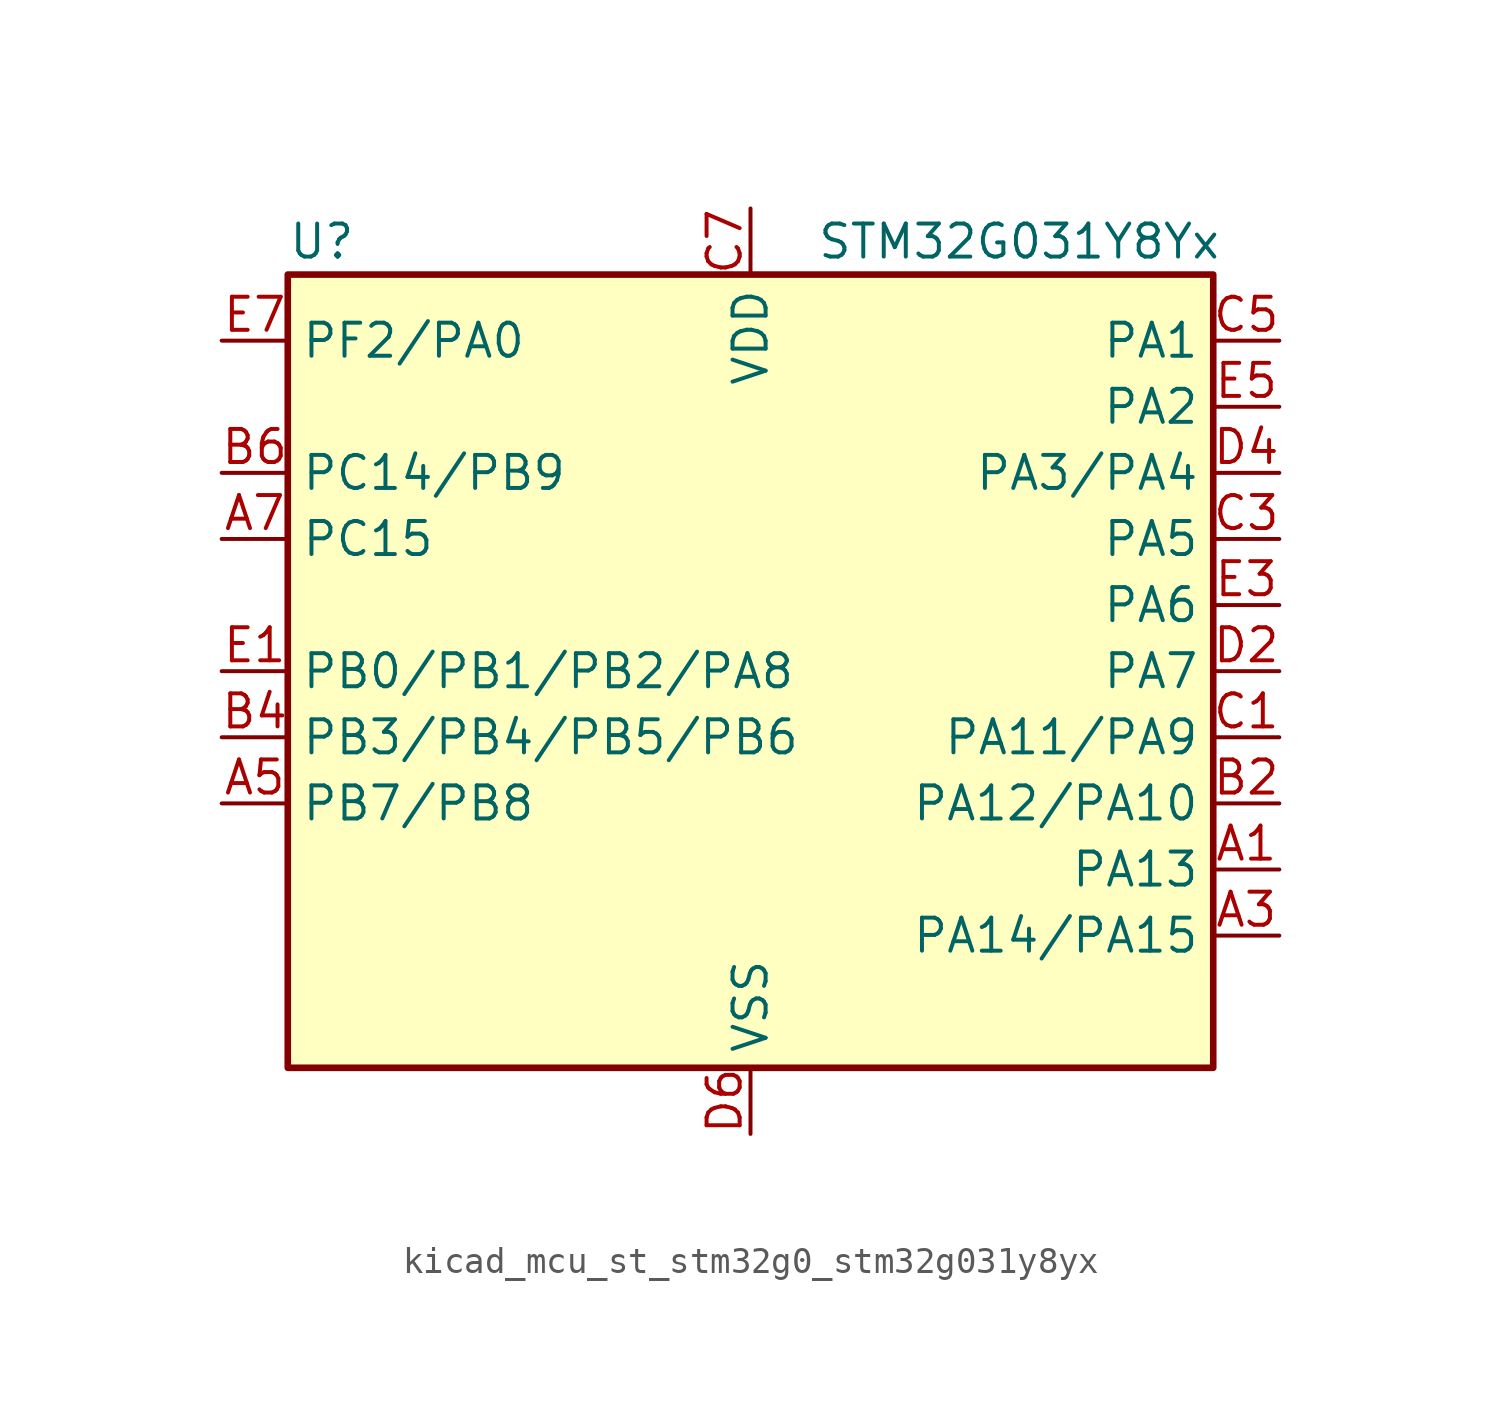
<source format=kicad_sym>
(kicad_symbol_lib
  (version 20220914)
  (generator kicad_symbol_editor)
  (symbol "kicad_mcu_st_stm32g0_stm32g031y8yx"
    (property "Reference" "U"
      (at -17.78 16.51 0)
      (effects (font (size 1.27 1.27)) (justify left)))
    (property "Value" "STM32G031Y8Yx"
      (at 2.54 16.51 0)
      (effects (font (size 1.27 1.27)) (justify left)))
    (property "ki_locked" ""
      (at 0 0 0)
      (effects (font (size 1.27 1.27))))
    (symbol "kicad_mcu_st_stm32g0_stm32g031y8yx_0_1"
      (rectangle (start -17.78 -15.24) (end 17.78 15.24) (stroke (width 0.254) (type default)) (fill (type background))))
    (symbol "kicad_mcu_st_stm32g0_stm32g031y8yx_1_1"
      (pin bidirectional line (at 20.32 -7.62 180) (length 2.54) (name "PA13" (effects (font (size 1.27 1.27)))) (number "A1" (effects (font (size 1.27 1.27)))) (alternate "ADC1_IN17" bidirectional line) (alternate "IR_OUT" bidirectional line) (alternate "SYS_SWDIO" bidirectional line))
      (pin bidirectional line (at 20.32 -10.16 180) (length 2.54) (name "PA14/PA15" (effects (font (size 1.27 1.27)))) (number "A3" (effects (font (size 1.27 1.27)))) (alternate "ADC1_IN18" bidirectional line) (alternate "SYS_SWCLK" bidirectional line) (alternate "USART2_TX" bidirectional line))
      (pin bidirectional line (at -20.32 -5.08 0) (length 2.54) (name "PB7/PB8" (effects (font (size 1.27 1.27)))) (number "A5" (effects (font (size 1.27 1.27)))) (alternate "ADC1_IN11" bidirectional line) (alternate "I2C1_SDA" bidirectional line) (alternate "LPTIM1_IN2" bidirectional line) (alternate "SPI2_MOSI" bidirectional line) (alternate "SYS_PVD_IN" bidirectional line) (alternate "TIM17_CH1N" bidirectional line) (alternate "USART1_RX" bidirectional line))
      (pin bidirectional line (at -20.32 5.08 0) (length 2.54) (name "PC15" (effects (font (size 1.27 1.27)))) (number "A7" (effects (font (size 1.27 1.27)))) (alternate "RCC_OSC32_EN" bidirectional line) (alternate "RCC_OSC32_OUT" bidirectional line) (alternate "RCC_OSC_EN" bidirectional line))
      (pin bidirectional line (at 20.32 -5.08 180) (length 2.54) (name "PA12/PA10" (effects (font (size 1.27 1.27)))) (number "B2" (effects (font (size 1.27 1.27)))) (alternate "ADC1_IN16" bidirectional line) (alternate "I2C2_SDA" bidirectional line) (alternate "I2S1_SD" bidirectional line) (alternate "I2S_CKIN" bidirectional line) (alternate "SPI1_MOSI" bidirectional line) (alternate "TIM1_ETR" bidirectional line) (alternate "USART1_CK" bidirectional line) (alternate "USART1_DE" bidirectional line) (alternate "USART1_RTS" bidirectional line))
      (pin bidirectional line (at -20.32 -2.54 0) (length 2.54) (name "PB3/PB4/PB5/PB6" (effects (font (size 1.27 1.27)))) (number "B4" (effects (font (size 1.27 1.27)))) (alternate "I2S1_CK" bidirectional line) (alternate "SPI1_SCK" bidirectional line) (alternate "TIM1_CH2" bidirectional line) (alternate "TIM2_CH2" bidirectional line) (alternate "USART1_CK" bidirectional line) (alternate "USART1_DE" bidirectional line) (alternate "USART1_RTS" bidirectional line))
      (pin bidirectional line (at -20.32 7.62 0) (length 2.54) (name "PC14/PB9" (effects (font (size 1.27 1.27)))) (number "B6" (effects (font (size 1.27 1.27)))) (alternate "RCC_OSC32_IN" bidirectional line) (alternate "RCC_OSC_IN" bidirectional line) (alternate "TIM1_BK2" bidirectional line))
      (pin bidirectional line (at 20.32 -2.54 180) (length 2.54) (name "PA11/PA9" (effects (font (size 1.27 1.27)))) (number "C1" (effects (font (size 1.27 1.27)))) (alternate "ADC1_EXTI11" bidirectional line) (alternate "ADC1_IN15" bidirectional line) (alternate "I2C2_SCL" bidirectional line) (alternate "I2S1_MCK" bidirectional line) (alternate "SPI1_MISO" bidirectional line) (alternate "TIM1_BK2" bidirectional line) (alternate "TIM1_CH4" bidirectional line) (alternate "USART1_CTS" bidirectional line) (alternate "USART1_NSS" bidirectional line))
      (pin bidirectional line (at 20.32 5.08 180) (length 2.54) (name "PA5" (effects (font (size 1.27 1.27)))) (number "C3" (effects (font (size 1.27 1.27)))) (alternate "ADC1_IN5" bidirectional line) (alternate "I2S1_CK" bidirectional line) (alternate "LPTIM2_ETR" bidirectional line) (alternate "SPI1_SCK" bidirectional line) (alternate "TIM2_CH1" bidirectional line) (alternate "TIM2_ETR" bidirectional line))
      (pin bidirectional line (at 20.32 12.7 180) (length 2.54) (name "PA1" (effects (font (size 1.27 1.27)))) (number "C5" (effects (font (size 1.27 1.27)))) (alternate "ADC1_IN1" bidirectional line) (alternate "I2C1_SMBA" bidirectional line) (alternate "I2S1_CK" bidirectional line) (alternate "SPI1_SCK" bidirectional line) (alternate "TIM2_CH2" bidirectional line) (alternate "USART2_CK" bidirectional line) (alternate "USART2_DE" bidirectional line) (alternate "USART2_RTS" bidirectional line))
      (pin power_in line (at 0 17.78 270) (length 2.54) (name "VDD" (effects (font (size 1.27 1.27)))) (number "C7" (effects (font (size 1.27 1.27)))))
      (pin bidirectional line (at 20.32 0 180) (length 2.54) (name "PA7" (effects (font (size 1.27 1.27)))) (number "D2" (effects (font (size 1.27 1.27)))) (alternate "ADC1_IN7" bidirectional line) (alternate "I2S1_SD" bidirectional line) (alternate "SPI1_MOSI" bidirectional line) (alternate "TIM14_CH1" bidirectional line) (alternate "TIM17_CH1" bidirectional line) (alternate "TIM1_CH1N" bidirectional line) (alternate "TIM3_CH2" bidirectional line))
      (pin bidirectional line (at 20.32 7.62 180) (length 2.54) (name "PA3/PA4" (effects (font (size 1.27 1.27)))) (number "D4" (effects (font (size 1.27 1.27)))) (alternate "ADC1_IN3" bidirectional line) (alternate "LPUART1_RX" bidirectional line) (alternate "SPI2_MISO" bidirectional line) (alternate "TIM2_CH4" bidirectional line) (alternate "USART2_RX" bidirectional line))
      (pin power_in line (at 0 -17.78 90) (length 2.54) (name "VSS" (effects (font (size 1.27 1.27)))) (number "D6" (effects (font (size 1.27 1.27)))))
      (pin bidirectional line (at -20.32 0 0) (length 2.54) (name "PB0/PB1/PB2/PA8" (effects (font (size 1.27 1.27)))) (number "E1" (effects (font (size 1.27 1.27)))) (alternate "ADC1_IN8" bidirectional line) (alternate "I2S1_WS" bidirectional line) (alternate "LPTIM1_OUT" bidirectional line) (alternate "SPI1_NSS" bidirectional line) (alternate "TIM1_CH2N" bidirectional line) (alternate "TIM3_CH3" bidirectional line))
      (pin bidirectional line (at 20.32 2.54 180) (length 2.54) (name "PA6" (effects (font (size 1.27 1.27)))) (number "E3" (effects (font (size 1.27 1.27)))) (alternate "ADC1_IN6" bidirectional line) (alternate "I2S1_MCK" bidirectional line) (alternate "LPUART1_CTS" bidirectional line) (alternate "SPI1_MISO" bidirectional line) (alternate "TIM16_CH1" bidirectional line) (alternate "TIM1_BK" bidirectional line) (alternate "TIM3_CH1" bidirectional line))
      (pin bidirectional line (at 20.32 10.16 180) (length 2.54) (name "PA2" (effects (font (size 1.27 1.27)))) (number "E5" (effects (font (size 1.27 1.27)))) (alternate "ADC1_IN2" bidirectional line) (alternate "I2S1_SD" bidirectional line) (alternate "LPUART1_TX" bidirectional line) (alternate "RCC_LSCO" bidirectional line) (alternate "SPI1_MOSI" bidirectional line) (alternate "SYS_WKUP4" bidirectional line) (alternate "TIM2_CH3" bidirectional line) (alternate "USART2_TX" bidirectional line))
      (pin bidirectional line (at -20.32 12.7 0) (length 2.54) (name "PF2/PA0" (effects (font (size 1.27 1.27)))) (number "E7" (effects (font (size 1.27 1.27)))) (alternate "RCC_MCO" bidirectional line)))))
</source>
